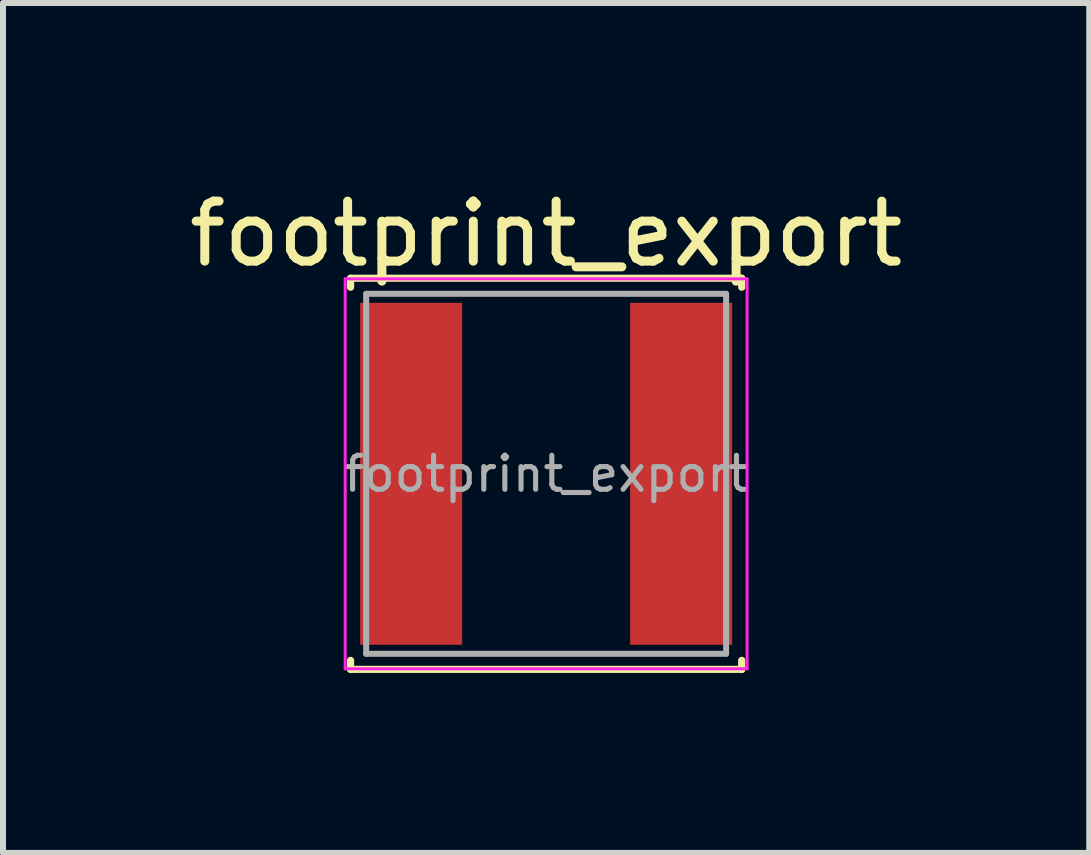
<source format=kicad_pcb>
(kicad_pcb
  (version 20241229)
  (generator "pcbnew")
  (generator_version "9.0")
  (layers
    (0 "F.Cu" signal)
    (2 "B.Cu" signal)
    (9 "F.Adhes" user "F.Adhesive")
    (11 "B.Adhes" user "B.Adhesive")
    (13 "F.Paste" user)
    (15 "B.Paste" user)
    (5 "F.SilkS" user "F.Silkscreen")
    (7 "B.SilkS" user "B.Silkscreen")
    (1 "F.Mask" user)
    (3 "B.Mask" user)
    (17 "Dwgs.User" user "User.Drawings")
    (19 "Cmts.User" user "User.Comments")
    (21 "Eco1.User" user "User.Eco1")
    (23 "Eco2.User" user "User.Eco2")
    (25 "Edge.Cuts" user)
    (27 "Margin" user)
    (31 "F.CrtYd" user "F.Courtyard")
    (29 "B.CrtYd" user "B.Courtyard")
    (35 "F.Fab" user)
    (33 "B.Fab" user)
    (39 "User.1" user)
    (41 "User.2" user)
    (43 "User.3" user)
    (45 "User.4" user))
  (footprint "footprint_export"
    (layer "F.Cu")
    (at 6.054 4.848)
    (property "Reference" "footprint_export" (at 0 -4 0) (layer "F.SilkS") (effects (font (size 1 1) (thickness 0.15))))
    (attr smd)
    (fp_line (start -3.26 -3.26) (end -3.26 -3.11) (stroke (width 0.12) (type solid)) (layer "F.SilkS"))
    (fp_line (start -3.26 -3.26) (end 3.26 -3.26) (stroke (width 0.12) (type solid)) (layer "F.SilkS"))
    (fp_line (start -3.26 3.26) (end -3.26 3.11) (stroke (width 0.12) (type solid)) (layer "F.SilkS"))
    (fp_line (start -3.26 3.26) (end 3.26 3.26) (stroke (width 0.12) (type solid)) (layer "F.SilkS"))
    (fp_line (start 3.26 -3.26) (end 3.26 -3.11) (stroke (width 0.12) (type solid)) (layer "F.SilkS"))
    (fp_line (start 3.26 3.26) (end 3.26 3.11) (stroke (width 0.12) (type solid)) (layer "F.SilkS"))
    (fp_line (start -3.35 -3.25) (end -3.35 3.25) (stroke (width 0.05) (type solid)) (layer "F.CrtYd"))
    (fp_line (start -3.35 3.25) (end 3.35 3.25) (stroke (width 0.05) (type solid)) (layer "F.CrtYd"))
    (fp_line (start 3.35 -3.25) (end -3.35 -3.25) (stroke (width 0.05) (type solid)) (layer "F.CrtYd"))
    (fp_line (start 3.35 3.25) (end 3.35 -3.25) (stroke (width 0.05) (type solid)) (layer "F.CrtYd"))
    (fp_line (start -3 -3) (end -3 3) (stroke (width 0.1) (type solid)) (layer "F.Fab"))
    (fp_line (start -3 3) (end 3 3) (stroke (width 0.1) (type solid)) (layer "F.Fab"))
    (fp_line (start 3 -3) (end -3 -3) (stroke (width 0.1) (type solid)) (layer "F.Fab"))
    (fp_line (start 3 3) (end 3 -3) (stroke (width 0.1) (type solid)) (layer "F.Fab"))
    (fp_text user "${REFERENCE}" (at 0 0 0) (layer "F.Fab") (effects (font (size 0.567 0.567) (thickness 0.085))))
    (pad "1" smd rect (at -2.25 0) (size 1.7 5.7) (layers "F.Cu" "F.Mask" "F.Paste"))
    (pad "2" smd rect (at 2.25 0) (size 1.7 5.7) (layers "F.Cu" "F.Mask" "F.Paste")))
  (gr_rect
    (start -3 -3)
    (end 15.107 11.168)
    (stroke (width 0.1) (type default))
    (fill no)
    (layer "Edge.Cuts")))
</source>
